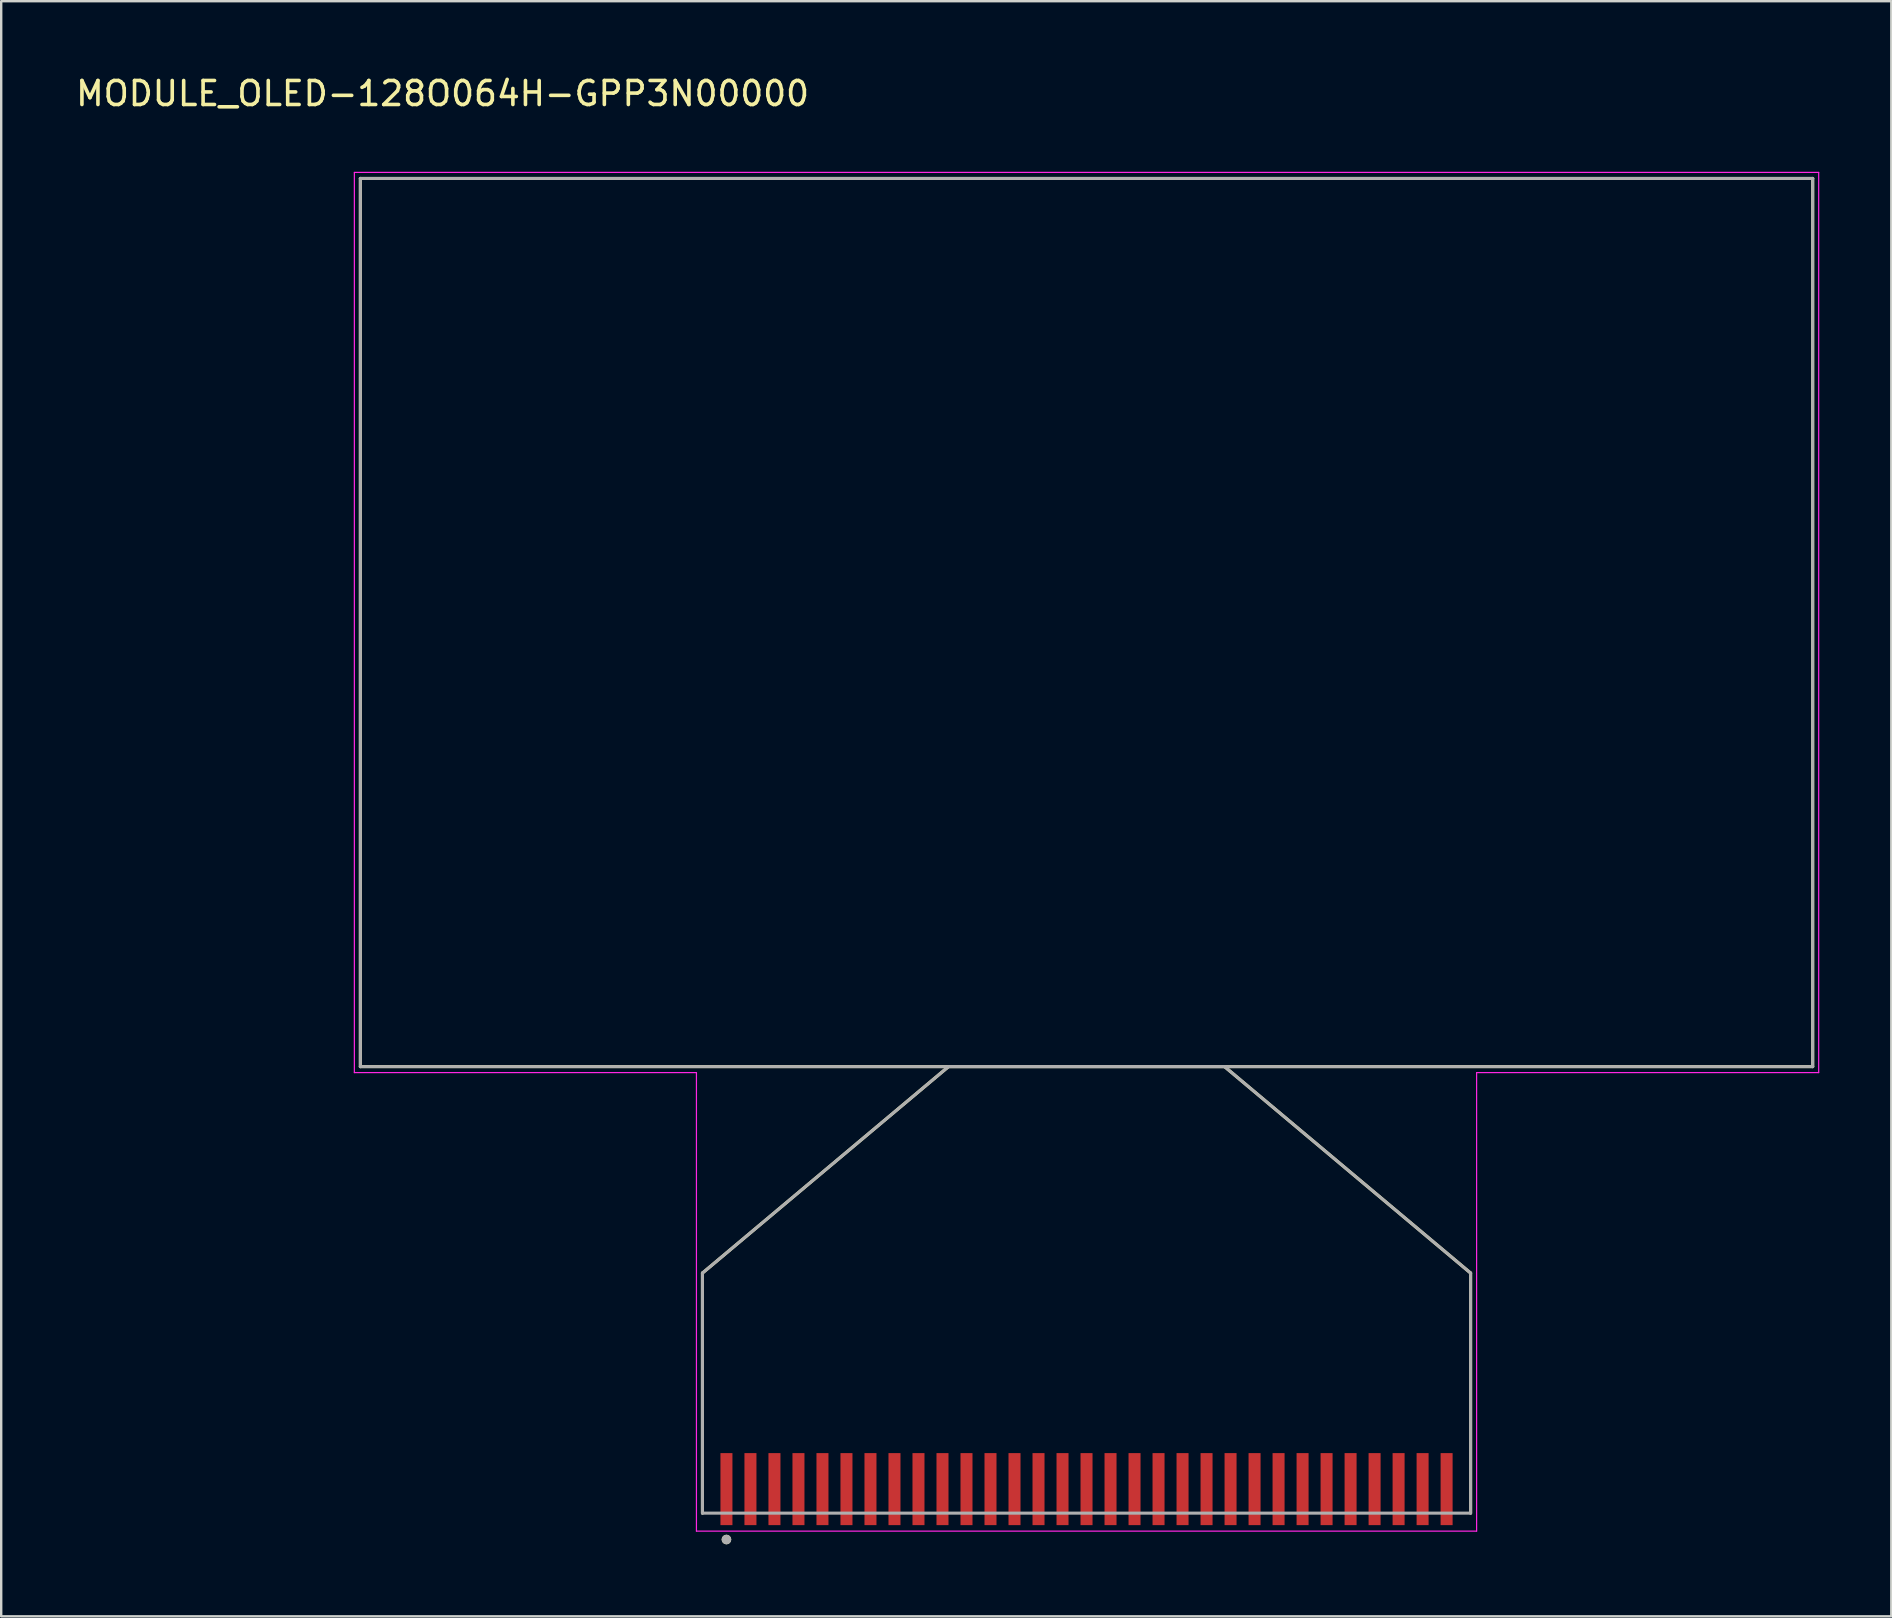
<source format=kicad_pcb>
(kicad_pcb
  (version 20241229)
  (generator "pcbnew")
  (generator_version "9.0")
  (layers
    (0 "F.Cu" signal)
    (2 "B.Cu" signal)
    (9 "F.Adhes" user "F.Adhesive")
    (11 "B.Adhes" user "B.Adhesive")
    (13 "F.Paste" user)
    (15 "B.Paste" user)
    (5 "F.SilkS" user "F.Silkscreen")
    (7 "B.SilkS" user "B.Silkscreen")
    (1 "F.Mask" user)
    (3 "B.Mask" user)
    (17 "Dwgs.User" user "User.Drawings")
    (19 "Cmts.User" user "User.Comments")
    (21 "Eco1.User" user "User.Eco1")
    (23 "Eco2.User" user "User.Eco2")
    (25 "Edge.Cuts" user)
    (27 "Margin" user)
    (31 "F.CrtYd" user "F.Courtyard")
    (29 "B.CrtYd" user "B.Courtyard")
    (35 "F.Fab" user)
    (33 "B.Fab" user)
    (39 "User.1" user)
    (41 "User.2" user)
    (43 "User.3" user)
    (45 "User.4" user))
  (footprint "MODULE_OLED-128O064H-GPP3N00000"
    (layer "F.Cu")
    (at 42.212 58.983)
    (property "Reference" "MODULE_OLED-128O064H-GPP3N00000" (at -26.825 -58.135 0) (layer "F.SilkS") (effects (font (size 1 1) (thickness 0.15))))
    (attr through_hole)
    (fp_line (start -30.25 -54.6) (end 30.25 -54.6) (stroke (width 0.127) (type solid)) (layer "F.SilkS"))
    (fp_line (start -30.25 -17.6) (end -30.25 -54.6) (stroke (width 0.127) (type solid)) (layer "F.SilkS"))
    (fp_line (start -16 -9) (end -5.75 -17.6) (stroke (width 0.127) (type solid)) (layer "F.SilkS"))
    (fp_line (start -16 1) (end -16 -9) (stroke (width 0.127) (type solid)) (layer "F.SilkS"))
    (fp_line (start -5.75 -17.6) (end -30.25 -17.6) (stroke (width 0.127) (type solid)) (layer "F.SilkS"))
    (fp_line (start 5.75 -17.6) (end -5.75 -17.6) (stroke (width 0.127) (type solid)) (layer "F.SilkS"))
    (fp_line (start 5.75 -17.6) (end 16 -9) (stroke (width 0.127) (type solid)) (layer "F.SilkS"))
    (fp_line (start 16 -9) (end 16 1) (stroke (width 0.127) (type solid)) (layer "F.SilkS"))
    (fp_line (start 30.25 -54.6) (end 30.25 -17.6) (stroke (width 0.127) (type solid)) (layer "F.SilkS"))
    (fp_line (start 30.25 -17.6) (end 5.75 -17.6) (stroke (width 0.127) (type solid)) (layer "F.SilkS"))
    (fp_circle (center -15 2.1) (end -14.9 2.1) (stroke (width 0.2) (type solid)) (fill no) (layer "F.SilkS"))
    (fp_line (start -30.5 -54.85) (end -30.5 -17.35) (stroke (width 0.05) (type solid)) (layer "F.CrtYd"))
    (fp_line (start -30.5 -17.35) (end -16.25 -17.35) (stroke (width 0.05) (type solid)) (layer "F.CrtYd"))
    (fp_line (start -16.25 -17.35) (end -16.25 1.75) (stroke (width 0.05) (type solid)) (layer "F.CrtYd"))
    (fp_line (start -16.25 1.75) (end 16.25 1.75) (stroke (width 0.05) (type solid)) (layer "F.CrtYd"))
    (fp_line (start 16.25 -17.35) (end 30.5 -17.35) (stroke (width 0.05) (type solid)) (layer "F.CrtYd"))
    (fp_line (start 16.25 1.75) (end 16.25 -17.35) (stroke (width 0.05) (type solid)) (layer "F.CrtYd"))
    (fp_line (start 30.5 -54.85) (end -30.5 -54.85) (stroke (width 0.05) (type solid)) (layer "F.CrtYd"))
    (fp_line (start 30.5 -17.35) (end 30.5 -54.85) (stroke (width 0.05) (type solid)) (layer "F.CrtYd"))
    (fp_line (start -30.25 -54.6) (end 30.25 -54.6) (stroke (width 0.127) (type solid)) (layer "F.Fab"))
    (fp_line (start -30.25 -17.6) (end -30.25 -54.6) (stroke (width 0.127) (type solid)) (layer "F.Fab"))
    (fp_line (start -16 -9) (end -16 1) (stroke (width 0.127) (type solid)) (layer "F.Fab"))
    (fp_line (start -16 1) (end 16 1) (stroke (width 0.127) (type solid)) (layer "F.Fab"))
    (fp_line (start -5.75 -17.6) (end -30.25 -17.6) (stroke (width 0.127) (type solid)) (layer "F.Fab"))
    (fp_line (start -5.75 -17.6) (end -16 -9) (stroke (width 0.127) (type solid)) (layer "F.Fab"))
    (fp_line (start 5.75 -17.6) (end -5.75 -17.6) (stroke (width 0.127) (type solid)) (layer "F.Fab"))
    (fp_line (start 5.75 -17.6) (end -5.75 -17.6) (stroke (width 0.127) (type solid)) (layer "F.Fab"))
    (fp_line (start 16 -9) (end 5.75 -17.6) (stroke (width 0.127) (type solid)) (layer "F.Fab"))
    (fp_line (start 16 1) (end 16 -9) (stroke (width 0.127) (type solid)) (layer "F.Fab"))
    (fp_line (start 30.25 -54.6) (end 30.25 -17.6) (stroke (width 0.127) (type solid)) (layer "F.Fab"))
    (fp_line (start 30.25 -17.6) (end 5.75 -17.6) (stroke (width 0.127) (type solid)) (layer "F.Fab"))
    (fp_circle (center -15 2.1) (end -14.9 2.1) (stroke (width 0.2) (type solid)) (fill no) (layer "F.Fab"))
    (pad "1" smd rect (at -15 0) (size 0.5 3) (layers "F.Cu" "F.Mask" "F.Paste"))
    (pad "2" smd rect (at -14 0) (size 0.5 3) (layers "F.Cu" "F.Mask" "F.Paste"))
    (pad "3" smd rect (at -13 0) (size 0.5 3) (layers "F.Cu" "F.Mask" "F.Paste"))
    (pad "4" smd rect (at -12 0) (size 0.5 3) (layers "F.Cu" "F.Mask" "F.Paste"))
    (pad "5" smd rect (at -11 0) (size 0.5 3) (layers "F.Cu" "F.Mask" "F.Paste"))
    (pad "6" smd rect (at -10 0) (size 0.5 3) (layers "F.Cu" "F.Mask" "F.Paste"))
    (pad "7" smd rect (at -9 0) (size 0.5 3) (layers "F.Cu" "F.Mask" "F.Paste"))
    (pad "8" smd rect (at -8 0) (size 0.5 3) (layers "F.Cu" "F.Mask" "F.Paste"))
    (pad "9" smd rect (at -7 0) (size 0.5 3) (layers "F.Cu" "F.Mask" "F.Paste"))
    (pad "10" smd rect (at -6 0) (size 0.5 3) (layers "F.Cu" "F.Mask" "F.Paste"))
    (pad "11" smd rect (at -5 0) (size 0.5 3) (layers "F.Cu" "F.Mask" "F.Paste"))
    (pad "12" smd rect (at -4 0) (size 0.5 3) (layers "F.Cu" "F.Mask" "F.Paste"))
    (pad "13" smd rect (at -3 0) (size 0.5 3) (layers "F.Cu" "F.Mask" "F.Paste"))
    (pad "14" smd rect (at -2 0) (size 0.5 3) (layers "F.Cu" "F.Mask" "F.Paste"))
    (pad "15" smd rect (at -1 0) (size 0.5 3) (layers "F.Cu" "F.Mask" "F.Paste"))
    (pad "16" smd rect (at 0 0) (size 0.5 3) (layers "F.Cu" "F.Mask" "F.Paste"))
    (pad "17" smd rect (at 1 0) (size 0.5 3) (layers "F.Cu" "F.Mask" "F.Paste"))
    (pad "18" smd rect (at 2 0) (size 0.5 3) (layers "F.Cu" "F.Mask" "F.Paste"))
    (pad "19" smd rect (at 3 0) (size 0.5 3) (layers "F.Cu" "F.Mask" "F.Paste"))
    (pad "20" smd rect (at 4 0) (size 0.5 3) (layers "F.Cu" "F.Mask" "F.Paste"))
    (pad "21" smd rect (at 5 0) (size 0.5 3) (layers "F.Cu" "F.Mask" "F.Paste"))
    (pad "22" smd rect (at 6 0) (size 0.5 3) (layers "F.Cu" "F.Mask" "F.Paste"))
    (pad "23" smd rect (at 7 0) (size 0.5 3) (layers "F.Cu" "F.Mask" "F.Paste"))
    (pad "24" smd rect (at 8 0) (size 0.5 3) (layers "F.Cu" "F.Mask" "F.Paste"))
    (pad "25" smd rect (at 9 0) (size 0.5 3) (layers "F.Cu" "F.Mask" "F.Paste"))
    (pad "26" smd rect (at 10 0) (size 0.5 3) (layers "F.Cu" "F.Mask" "F.Paste"))
    (pad "27" smd rect (at 11 0) (size 0.5 3) (layers "F.Cu" "F.Mask" "F.Paste"))
    (pad "28" smd rect (at 12 0) (size 0.5 3) (layers "F.Cu" "F.Mask" "F.Paste"))
    (pad "29" smd rect (at 13 0) (size 0.5 3) (layers "F.Cu" "F.Mask" "F.Paste"))
    (pad "30" smd rect (at 14 0) (size 0.5 3) (layers "F.Cu" "F.Mask" "F.Paste"))
    (pad "31" smd rect (at 15 0) (size 0.5 3) (layers "F.Cu" "F.Mask" "F.Paste")))
  (gr_rect
    (start -3 -3)
    (end 75.737 64.283)
    (stroke (width 0.1) (type default))
    (fill no)
    (layer "Edge.Cuts")))
</source>
